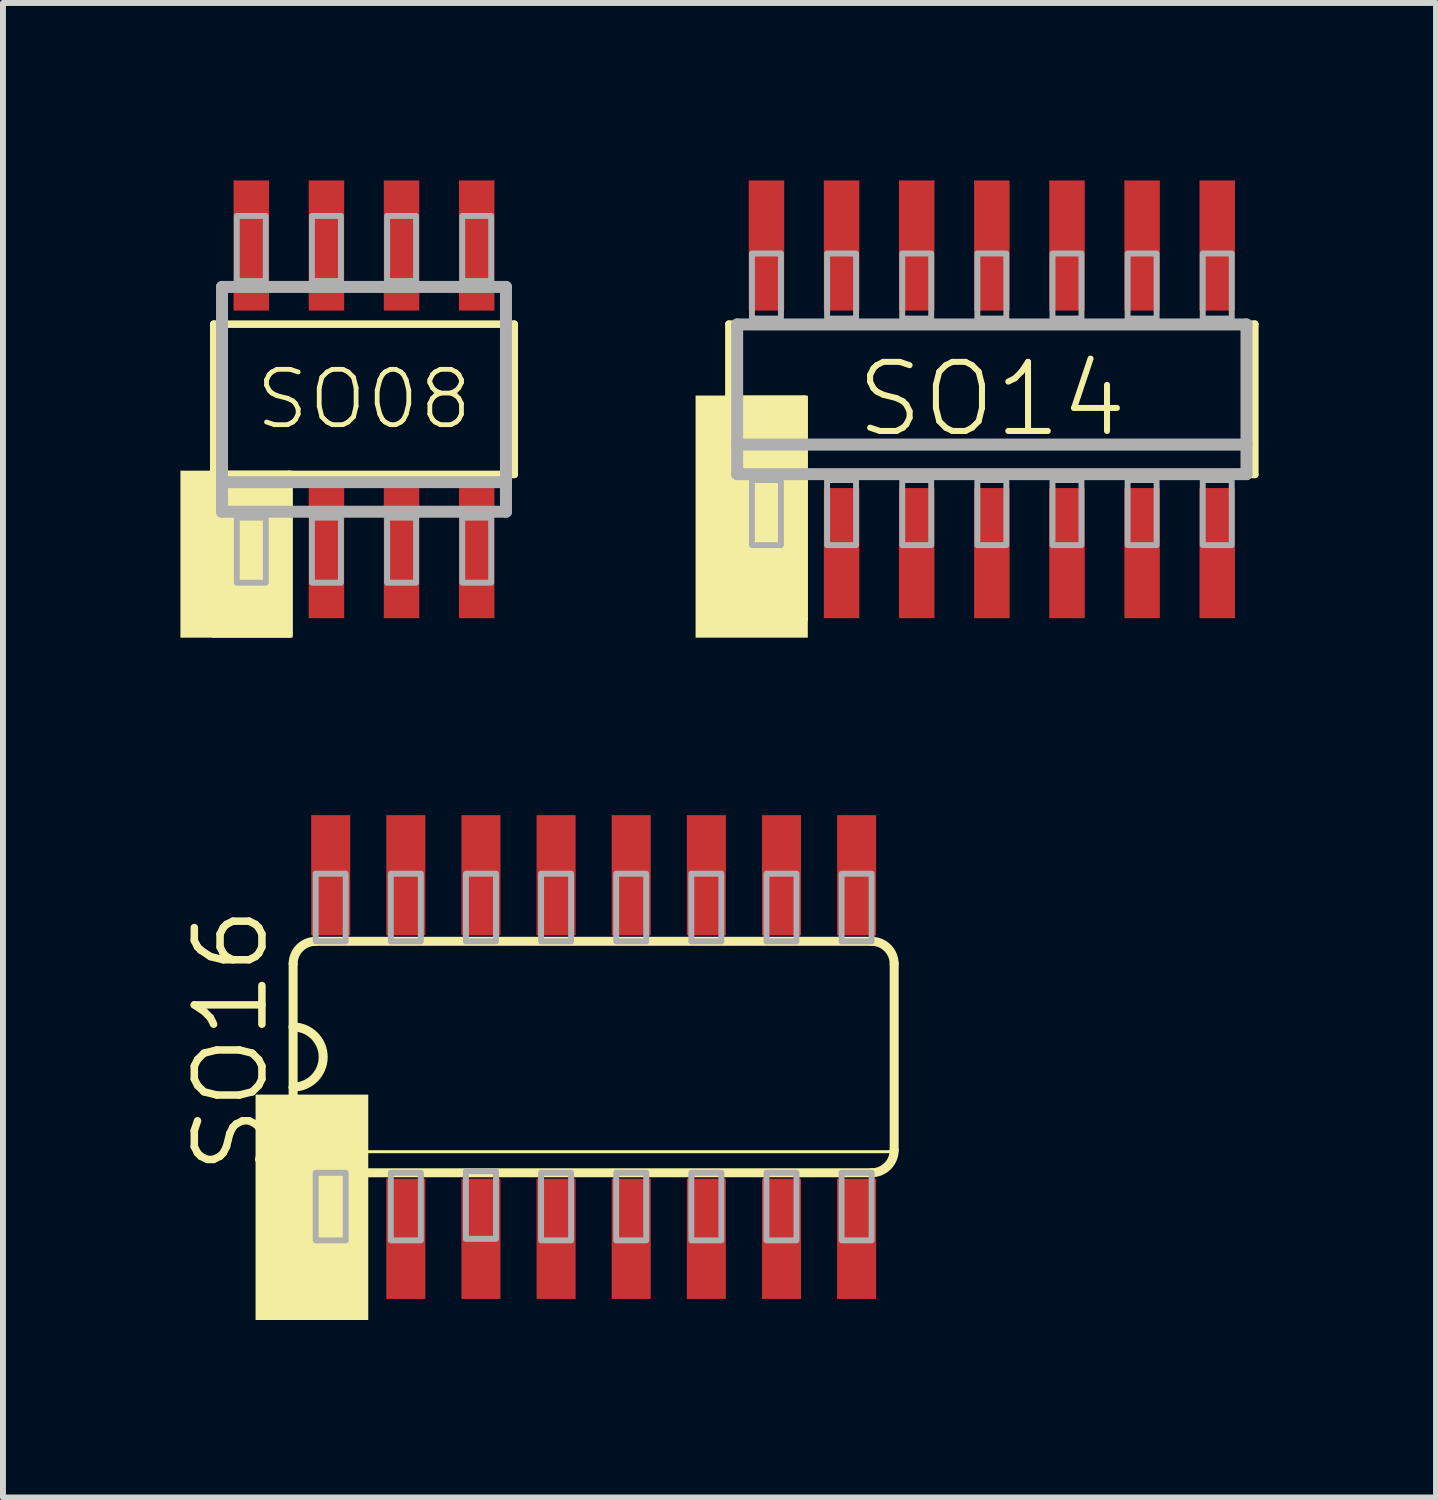
<source format=kicad_pcb>
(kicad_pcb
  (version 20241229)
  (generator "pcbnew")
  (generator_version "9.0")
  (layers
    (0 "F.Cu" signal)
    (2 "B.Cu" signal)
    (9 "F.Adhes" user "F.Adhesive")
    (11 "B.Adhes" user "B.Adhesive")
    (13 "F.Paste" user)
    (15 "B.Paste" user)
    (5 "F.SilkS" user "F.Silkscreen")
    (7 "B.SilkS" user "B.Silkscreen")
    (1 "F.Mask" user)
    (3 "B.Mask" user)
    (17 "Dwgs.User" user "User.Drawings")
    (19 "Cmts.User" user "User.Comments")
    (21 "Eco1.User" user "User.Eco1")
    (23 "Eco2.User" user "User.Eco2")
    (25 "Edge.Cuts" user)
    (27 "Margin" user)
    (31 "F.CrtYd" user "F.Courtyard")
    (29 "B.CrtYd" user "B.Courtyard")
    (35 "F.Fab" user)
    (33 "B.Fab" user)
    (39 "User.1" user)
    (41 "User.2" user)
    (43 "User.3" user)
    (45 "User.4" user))
  (footprint "SO08"
    (layer "F.Cu")
    (at 3.103 3.7)
    (property "Reference" "SO08" (at 0 0 0) (layer "F.SilkS") (effects (font (size 0.935 0.935) (thickness 0.081))))
    (fp_line (start -2.54 -1.27) (end -2.54 1.27) (stroke (width 0.127) (type solid)) (layer "F.SilkS"))
    (fp_line (start -2.54 -1.27) (end 2.54 -1.27) (stroke (width 0.127) (type solid)) (layer "F.SilkS"))
    (fp_line (start -2.54 1.27) (end -2.54 3.965) (stroke (width 0.127) (type solid)) (layer "F.SilkS"))
    (fp_line (start -1.27 1.27) (end -2.54 1.27) (stroke (width 0.127) (type solid)) (layer "F.SilkS"))
    (fp_line (start -1.27 1.27) (end -1.27 3.965) (stroke (width 0.127) (type solid)) (layer "F.SilkS"))
    (fp_line (start -1.27 3.965) (end -2.54 3.965) (stroke (width 0.127) (type solid)) (layer "F.SilkS"))
    (fp_line (start 2.54 1.27) (end -1.27 1.27) (stroke (width 0.127) (type solid)) (layer "F.SilkS"))
    (fp_line (start 2.54 1.27) (end 2.54 -1.27) (stroke (width 0.127) (type solid)) (layer "F.SilkS"))
    (fp_poly (pts (xy -1.206 4.029) (xy -3.103 4.029) (xy -3.103 1.206) (xy -1.206 1.206)) (stroke (width 0) (type solid)) (fill yes) (layer "F.SilkS"))
    (fp_line (start -2.4 -1.9) (end 2.4 -1.9) (stroke (width 0.203) (type solid)) (layer "F.Fab"))
    (fp_line (start -2.4 1.4) (end -2.4 -1.9) (stroke (width 0.203) (type solid)) (layer "F.Fab"))
    (fp_line (start -2.4 1.9) (end -2.4 1.4) (stroke (width 0.203) (type solid)) (layer "F.Fab"))
    (fp_line (start 2.4 -1.9) (end 2.4 1.4) (stroke (width 0.203) (type solid)) (layer "F.Fab"))
    (fp_line (start 2.4 1.4) (end -2.4 1.4) (stroke (width 0.203) (type solid)) (layer "F.Fab"))
    (fp_line (start 2.4 1.4) (end 2.4 1.9) (stroke (width 0.203) (type solid)) (layer "F.Fab"))
    (fp_line (start 2.4 1.9) (end -2.4 1.9) (stroke (width 0.203) (type solid)) (layer "F.Fab"))
    (fp_poly (pts (xy -2.15 -2) (xy -1.66 -2) (xy -1.66 -3.1) (xy -2.15 -3.1)) (stroke (width 0.1) (type solid)) (fill no) (layer "F.Fab"))
    (fp_poly (pts (xy -2.15 3.1) (xy -1.66 3.1) (xy -1.66 2) (xy -2.15 2)) (stroke (width 0.1) (type solid)) (fill no) (layer "F.Fab"))
    (fp_poly (pts (xy -0.88 -2) (xy -0.39 -2) (xy -0.39 -3.1) (xy -0.88 -3.1)) (stroke (width 0.1) (type solid)) (fill no) (layer "F.Fab"))
    (fp_poly (pts (xy -0.88 3.1) (xy -0.39 3.1) (xy -0.39 2) (xy -0.88 2)) (stroke (width 0.1) (type solid)) (fill no) (layer "F.Fab"))
    (fp_poly (pts (xy 0.39 -2) (xy 0.88 -2) (xy 0.88 -3.1) (xy 0.39 -3.1)) (stroke (width 0.1) (type solid)) (fill no) (layer "F.Fab"))
    (fp_poly (pts (xy 0.39 3.1) (xy 0.88 3.1) (xy 0.88 2) (xy 0.39 2)) (stroke (width 0.1) (type solid)) (fill no) (layer "F.Fab"))
    (fp_poly (pts (xy 1.66 -2) (xy 2.15 -2) (xy 2.15 -3.1) (xy 1.66 -3.1)) (stroke (width 0.1) (type solid)) (fill no) (layer "F.Fab"))
    (fp_poly (pts (xy 1.66 3.1) (xy 2.15 3.1) (xy 2.15 2) (xy 1.66 2)) (stroke (width 0.1) (type solid)) (fill no) (layer "F.Fab"))
    (pad "1" smd rect (at -1.905 2.6) (size 0.6 2.2) (layers "F.Cu" "F.Mask" "F.Paste"))
    (pad "2" smd rect (at -0.635 2.6) (size 0.6 2.2) (layers "F.Cu" "F.Mask" "F.Paste"))
    (pad "3" smd rect (at 0.635 2.6) (size 0.6 2.2) (layers "F.Cu" "F.Mask" "F.Paste"))
    (pad "4" smd rect (at 1.905 2.6) (size 0.6 2.2) (layers "F.Cu" "F.Mask" "F.Paste"))
    (pad "5" smd rect (at 1.905 -2.6) (size 0.6 2.2) (layers "F.Cu" "F.Mask" "F.Paste"))
    (pad "6" smd rect (at 0.635 -2.6) (size 0.6 2.2) (layers "F.Cu" "F.Mask" "F.Paste"))
    (pad "7" smd rect (at -0.635 -2.6) (size 0.6 2.2) (layers "F.Cu" "F.Mask" "F.Paste"))
    (pad "8" smd rect (at -1.905 -2.6) (size 0.6 2.2) (layers "F.Cu" "F.Mask" "F.Paste")))
  (footprint "SO16"
    (layer "F.Cu")
    (at 6.985 14.818)
    (property "Reference" "SO16" (at -5.461 2.032 90) (layer "F.SilkS") (effects (font (size 1.143 1.143) (thickness 0.127)) (justify left bottom)))
    (fp_line (start -5.08 -1.575) (end -5.08 -0.508) (stroke (width 0.152) (type solid)) (layer "F.SilkS"))
    (fp_line (start -5.08 -0.508) (end -5.08 0.508) (stroke (width 0.152) (type solid)) (layer "F.SilkS"))
    (fp_line (start -5.08 0.508) (end -5.08 1.575) (stroke (width 0.152) (type solid)) (layer "F.SilkS"))
    (fp_line (start -5.08 1.6) (end 5.08 1.6) (stroke (width 0.051) (type solid)) (layer "F.SilkS"))
    (fp_line (start -4.699 1.956) (end 4.699 1.956) (stroke (width 0.152) (type solid)) (layer "F.SilkS"))
    (fp_line (start 4.699 -1.956) (end -4.699 -1.956) (stroke (width 0.152) (type solid)) (layer "F.SilkS"))
    (fp_line (start 5.08 1.575) (end 5.08 -1.575) (stroke (width 0.152) (type solid)) (layer "F.SilkS"))
    (fp_arc (start -5.08 -1.5748) (mid -4.968408 -1.844208) (end -4.699 -1.9558) (stroke (width 0.1524) (type solid)) (layer "F.SilkS"))
    (fp_arc (start -5.08 -0.508) (mid -4.572 0) (end -5.08 0.508) (stroke (width 0.1524) (type solid)) (layer "F.SilkS"))
    (fp_arc (start -4.699 1.9558) (mid -4.968408 1.844208) (end -5.08 1.5748) (stroke (width 0.1524) (type solid)) (layer "F.SilkS"))
    (fp_arc (start 4.699 -1.9558) (mid 4.968408 -1.844208) (end 5.08 -1.5748) (stroke (width 0.1524) (type solid)) (layer "F.SilkS"))
    (fp_arc (start 5.08 1.5748) (mid 4.968408 1.844208) (end 4.699 1.9558) (stroke (width 0.1524) (type solid)) (layer "F.SilkS"))
    (fp_poly (pts (xy -5.715 4.445) (xy -3.81 4.445) (xy -3.81 0.635) (xy -5.715 0.635)) (stroke (width 0) (type solid)) (fill yes) (layer "F.SilkS"))
    (fp_poly (pts (xy -4.699 -1.956) (xy -4.191 -1.956) (xy -4.191 -3.099) (xy -4.699 -3.099)) (stroke (width 0.1) (type solid)) (fill no) (layer "F.Fab"))
    (fp_poly (pts (xy -4.699 3.099) (xy -4.191 3.099) (xy -4.191 1.956) (xy -4.699 1.956)) (stroke (width 0.1) (type solid)) (fill no) (layer "F.Fab"))
    (fp_poly (pts (xy -3.429 -1.956) (xy -2.921 -1.956) (xy -2.921 -3.099) (xy -3.429 -3.099)) (stroke (width 0.1) (type solid)) (fill no) (layer "F.Fab"))
    (fp_poly (pts (xy -3.429 3.099) (xy -2.921 3.099) (xy -2.921 1.956) (xy -3.429 1.956)) (stroke (width 0.1) (type solid)) (fill no) (layer "F.Fab"))
    (fp_poly (pts (xy -2.159 -1.956) (xy -1.651 -1.956) (xy -1.651 -3.099) (xy -2.159 -3.099)) (stroke (width 0.1) (type solid)) (fill no) (layer "F.Fab"))
    (fp_poly (pts (xy -2.159 3.073) (xy -1.651 3.073) (xy -1.651 1.93) (xy -2.159 1.93)) (stroke (width 0.1) (type solid)) (fill no) (layer "F.Fab"))
    (fp_poly (pts (xy -0.889 -1.956) (xy -0.381 -1.956) (xy -0.381 -3.099) (xy -0.889 -3.099)) (stroke (width 0.1) (type solid)) (fill no) (layer "F.Fab"))
    (fp_poly (pts (xy -0.889 3.099) (xy -0.381 3.099) (xy -0.381 1.956) (xy -0.889 1.956)) (stroke (width 0.1) (type solid)) (fill no) (layer "F.Fab"))
    (fp_poly (pts (xy 0.381 -1.956) (xy 0.889 -1.956) (xy 0.889 -3.099) (xy 0.381 -3.099)) (stroke (width 0.1) (type solid)) (fill no) (layer "F.Fab"))
    (fp_poly (pts (xy 0.381 3.099) (xy 0.889 3.099) (xy 0.889 1.956) (xy 0.381 1.956)) (stroke (width 0.1) (type solid)) (fill no) (layer "F.Fab"))
    (fp_poly (pts (xy 1.651 -1.956) (xy 2.159 -1.956) (xy 2.159 -3.099) (xy 1.651 -3.099)) (stroke (width 0.1) (type solid)) (fill no) (layer "F.Fab"))
    (fp_poly (pts (xy 1.651 3.099) (xy 2.159 3.099) (xy 2.159 1.956) (xy 1.651 1.956)) (stroke (width 0.1) (type solid)) (fill no) (layer "F.Fab"))
    (fp_poly (pts (xy 2.921 -1.956) (xy 3.429 -1.956) (xy 3.429 -3.099) (xy 2.921 -3.099)) (stroke (width 0.1) (type solid)) (fill no) (layer "F.Fab"))
    (fp_poly (pts (xy 2.921 3.099) (xy 3.429 3.099) (xy 3.429 1.956) (xy 2.921 1.956)) (stroke (width 0.1) (type solid)) (fill no) (layer "F.Fab"))
    (fp_poly (pts (xy 4.191 -1.956) (xy 4.699 -1.956) (xy 4.699 -3.099) (xy 4.191 -3.099)) (stroke (width 0.1) (type solid)) (fill no) (layer "F.Fab"))
    (fp_poly (pts (xy 4.191 3.099) (xy 4.699 3.099) (xy 4.699 1.956) (xy 4.191 1.956)) (stroke (width 0.1) (type solid)) (fill no) (layer "F.Fab"))
    (pad "1" smd rect (at -4.445 3.073) (size 0.66 2.032) (layers "F.Cu" "F.Mask" "F.Paste"))
    (pad "2" smd rect (at -3.175 3.073) (size 0.66 2.032) (layers "F.Cu" "F.Mask" "F.Paste"))
    (pad "3" smd rect (at -1.905 3.073) (size 0.66 2.032) (layers "F.Cu" "F.Mask" "F.Paste"))
    (pad "4" smd rect (at -0.635 3.073) (size 0.66 2.032) (layers "F.Cu" "F.Mask" "F.Paste"))
    (pad "5" smd rect (at 0.635 3.073) (size 0.66 2.032) (layers "F.Cu" "F.Mask" "F.Paste"))
    (pad "6" smd rect (at 1.905 3.073) (size 0.66 2.032) (layers "F.Cu" "F.Mask" "F.Paste"))
    (pad "7" smd rect (at 3.175 3.073) (size 0.66 2.032) (layers "F.Cu" "F.Mask" "F.Paste"))
    (pad "8" smd rect (at 4.445 3.073) (size 0.66 2.032) (layers "F.Cu" "F.Mask" "F.Paste"))
    (pad "9" smd rect (at 4.445 -3.073) (size 0.66 2.032) (layers "F.Cu" "F.Mask" "F.Paste"))
    (pad "10" smd rect (at 3.175 -3.073) (size 0.66 2.032) (layers "F.Cu" "F.Mask" "F.Paste"))
    (pad "11" smd rect (at 1.905 -3.073) (size 0.66 2.032) (layers "F.Cu" "F.Mask" "F.Paste"))
    (pad "12" smd rect (at 0.635 -3.073) (size 0.66 2.032) (layers "F.Cu" "F.Mask" "F.Paste"))
    (pad "13" smd rect (at -0.635 -3.073) (size 0.66 2.032) (layers "F.Cu" "F.Mask" "F.Paste"))
    (pad "14" smd rect (at -1.905 -3.073) (size 0.66 2.032) (layers "F.Cu" "F.Mask" "F.Paste"))
    (pad "15" smd rect (at -3.175 -3.073) (size 0.66 2.032) (layers "F.Cu" "F.Mask" "F.Paste"))
    (pad "16" smd rect (at -4.445 -3.073) (size 0.66 2.032) (layers "F.Cu" "F.Mask" "F.Paste")))
  (footprint "SO14"
    (layer "F.Cu")
    (at 13.716 3.7)
    (property "Reference" "SO14" (at 0 0 0) (layer "F.SilkS") (effects (font (size 1.168 1.168) (thickness 0.102))))
    (fp_line (start -4.445 -1.27) (end -4.445 0) (stroke (width 0.127) (type solid)) (layer "F.SilkS"))
    (fp_line (start -4.445 -1.27) (end 4.445 -1.27) (stroke (width 0.127) (type solid)) (layer "F.SilkS"))
    (fp_line (start -4.445 0) (end -4.445 1.27) (stroke (width 0.127) (type solid)) (layer "F.SilkS"))
    (fp_line (start -4.445 0) (end -3.175 0) (stroke (width 0.127) (type solid)) (layer "F.SilkS"))
    (fp_line (start -4.445 1.27) (end -4.445 3.715) (stroke (width 0.127) (type solid)) (layer "F.SilkS"))
    (fp_line (start -3.175 0) (end -3.175 3.715) (stroke (width 0.127) (type solid)) (layer "F.SilkS"))
    (fp_line (start -3.175 3.715) (end -4.445 3.715) (stroke (width 0.127) (type solid)) (layer "F.SilkS"))
    (fp_line (start 4.445 1.27) (end -4.445 1.27) (stroke (width 0.127) (type solid)) (layer "F.SilkS"))
    (fp_line (start 4.445 1.27) (end 4.445 -1.27) (stroke (width 0.127) (type solid)) (layer "F.SilkS"))
    (fp_poly (pts (xy -3.111 4.029) (xy -5.008 4.029) (xy -5.008 -0.064) (xy -3.111 -0.064)) (stroke (width 0) (type solid)) (fill yes) (layer "F.SilkS"))
    (fp_line (start -4.305 -1.265) (end 4.305 -1.265) (stroke (width 0.203) (type solid)) (layer "F.Fab"))
    (fp_line (start -4.305 0.765) (end -4.305 -1.265) (stroke (width 0.203) (type solid)) (layer "F.Fab"))
    (fp_line (start -4.305 1.265) (end -4.305 0.765) (stroke (width 0.203) (type solid)) (layer "F.Fab"))
    (fp_line (start 4.305 -1.265) (end 4.305 0.765) (stroke (width 0.203) (type solid)) (layer "F.Fab"))
    (fp_line (start 4.305 0.765) (end -4.305 0.765) (stroke (width 0.203) (type solid)) (layer "F.Fab"))
    (fp_line (start 4.305 0.765) (end 4.305 1.265) (stroke (width 0.203) (type solid)) (layer "F.Fab"))
    (fp_line (start 4.305 1.265) (end -4.305 1.265) (stroke (width 0.203) (type solid)) (layer "F.Fab"))
    (fp_poly (pts (xy -4.055 -1.365) (xy -3.565 -1.365) (xy -3.565 -2.465) (xy -4.055 -2.465)) (stroke (width 0.1) (type solid)) (fill no) (layer "F.Fab"))
    (fp_poly (pts (xy -4.055 2.465) (xy -3.565 2.465) (xy -3.565 1.365) (xy -4.055 1.365)) (stroke (width 0.1) (type solid)) (fill no) (layer "F.Fab"))
    (fp_poly (pts (xy -2.785 -1.365) (xy -2.295 -1.365) (xy -2.295 -2.465) (xy -2.785 -2.465)) (stroke (width 0.1) (type solid)) (fill no) (layer "F.Fab"))
    (fp_poly (pts (xy -2.785 2.465) (xy -2.295 2.465) (xy -2.295 1.365) (xy -2.785 1.365)) (stroke (width 0.1) (type solid)) (fill no) (layer "F.Fab"))
    (fp_poly (pts (xy -1.515 -1.365) (xy -1.025 -1.365) (xy -1.025 -2.465) (xy -1.515 -2.465)) (stroke (width 0.1) (type solid)) (fill no) (layer "F.Fab"))
    (fp_poly (pts (xy -1.515 2.465) (xy -1.025 2.465) (xy -1.025 1.365) (xy -1.515 1.365)) (stroke (width 0.1) (type solid)) (fill no) (layer "F.Fab"))
    (fp_poly (pts (xy -0.245 -1.365) (xy 0.245 -1.365) (xy 0.245 -2.465) (xy -0.245 -2.465)) (stroke (width 0.1) (type solid)) (fill no) (layer "F.Fab"))
    (fp_poly (pts (xy -0.245 2.465) (xy 0.245 2.465) (xy 0.245 1.365) (xy -0.245 1.365)) (stroke (width 0.1) (type solid)) (fill no) (layer "F.Fab"))
    (fp_poly (pts (xy 1.025 -1.365) (xy 1.515 -1.365) (xy 1.515 -2.465) (xy 1.025 -2.465)) (stroke (width 0.1) (type solid)) (fill no) (layer "F.Fab"))
    (fp_poly (pts (xy 1.025 2.465) (xy 1.515 2.465) (xy 1.515 1.365) (xy 1.025 1.365)) (stroke (width 0.1) (type solid)) (fill no) (layer "F.Fab"))
    (fp_poly (pts (xy 2.295 -1.365) (xy 2.785 -1.365) (xy 2.785 -2.465) (xy 2.295 -2.465)) (stroke (width 0.1) (type solid)) (fill no) (layer "F.Fab"))
    (fp_poly (pts (xy 2.295 2.465) (xy 2.785 2.465) (xy 2.785 1.365) (xy 2.295 1.365)) (stroke (width 0.1) (type solid)) (fill no) (layer "F.Fab"))
    (fp_poly (pts (xy 3.565 -1.365) (xy 4.055 -1.365) (xy 4.055 -2.465) (xy 3.565 -2.465)) (stroke (width 0.1) (type solid)) (fill no) (layer "F.Fab"))
    (fp_poly (pts (xy 3.565 2.465) (xy 4.055 2.465) (xy 4.055 1.365) (xy 3.565 1.365)) (stroke (width 0.1) (type solid)) (fill no) (layer "F.Fab"))
    (pad "1" smd rect (at -3.81 2.6) (size 0.6 2.2) (layers "F.Cu" "F.Mask" "F.Paste"))
    (pad "2" smd rect (at -2.54 2.6) (size 0.6 2.2) (layers "F.Cu" "F.Mask" "F.Paste"))
    (pad "3" smd rect (at -1.27 2.6) (size 0.6 2.2) (layers "F.Cu" "F.Mask" "F.Paste"))
    (pad "4" smd rect (at 0 2.6) (size 0.6 2.2) (layers "F.Cu" "F.Mask" "F.Paste"))
    (pad "5" smd rect (at 1.27 2.6) (size 0.6 2.2) (layers "F.Cu" "F.Mask" "F.Paste"))
    (pad "6" smd rect (at 2.54 2.6) (size 0.6 2.2) (layers "F.Cu" "F.Mask" "F.Paste"))
    (pad "7" smd rect (at 3.81 2.6) (size 0.6 2.2) (layers "F.Cu" "F.Mask" "F.Paste"))
    (pad "8" smd rect (at 3.81 -2.6) (size 0.6 2.2) (layers "F.Cu" "F.Mask" "F.Paste"))
    (pad "9" smd rect (at 2.54 -2.6) (size 0.6 2.2) (layers "F.Cu" "F.Mask" "F.Paste"))
    (pad "10" smd rect (at 1.27 -2.6) (size 0.6 2.2) (layers "F.Cu" "F.Mask" "F.Paste"))
    (pad "11" smd rect (at 0 -2.6) (size 0.6 2.2) (layers "F.Cu" "F.Mask" "F.Paste"))
    (pad "12" smd rect (at -1.27 -2.6) (size 0.6 2.2) (layers "F.Cu" "F.Mask" "F.Paste"))
    (pad "13" smd rect (at -2.54 -2.6) (size 0.6 2.2) (layers "F.Cu" "F.Mask" "F.Paste"))
    (pad "14" smd rect (at -3.81 -2.6) (size 0.6 2.2) (layers "F.Cu" "F.Mask" "F.Paste")))
  (gr_rect
    (start -3 -3)
    (end 21.224 22.263)
    (stroke (width 0.1) (type default))
    (fill no)
    (layer "Edge.Cuts")))
</source>
